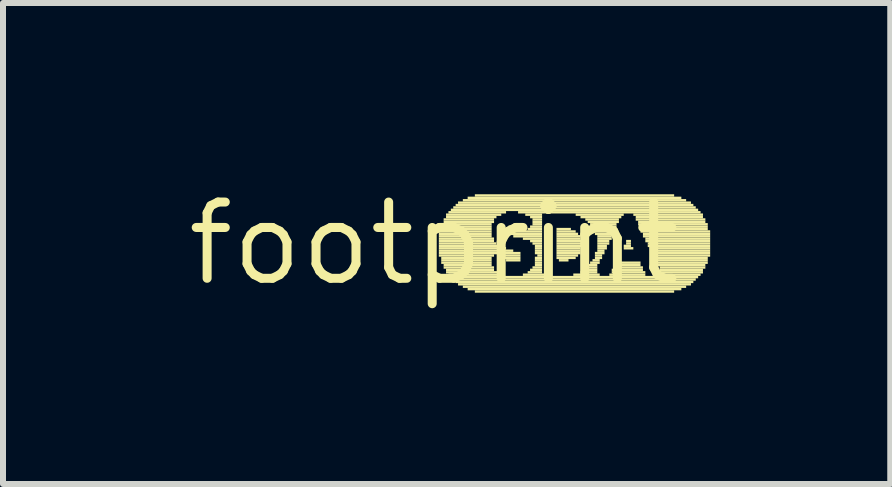
<source format=kicad_pcb>
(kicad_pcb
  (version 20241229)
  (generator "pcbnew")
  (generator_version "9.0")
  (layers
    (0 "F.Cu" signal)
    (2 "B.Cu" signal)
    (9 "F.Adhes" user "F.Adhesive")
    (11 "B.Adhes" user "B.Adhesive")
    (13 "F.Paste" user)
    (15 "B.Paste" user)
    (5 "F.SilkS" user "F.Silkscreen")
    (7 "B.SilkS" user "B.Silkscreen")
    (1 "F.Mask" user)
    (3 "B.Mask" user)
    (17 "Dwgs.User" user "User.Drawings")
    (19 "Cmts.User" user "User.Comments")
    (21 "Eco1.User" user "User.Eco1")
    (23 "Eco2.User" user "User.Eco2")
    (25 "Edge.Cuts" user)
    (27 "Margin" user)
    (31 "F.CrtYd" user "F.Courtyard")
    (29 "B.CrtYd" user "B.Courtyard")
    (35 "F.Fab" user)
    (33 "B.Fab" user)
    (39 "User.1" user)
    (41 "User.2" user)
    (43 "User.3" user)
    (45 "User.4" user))
  (footprint "footprint"
    (layer "F.Cu")
    (at 4.18 1.006)
    (property "Reference" "footprint" (at 0 0 0) (layer "F.SilkS") (effects (font (size 1.27 1.27) (thickness 0.15))))
    (fp_poly (pts (xy 0.08 -0.18) (xy 0.96 -0.18) (xy 0.96 -0.22) (xy 0.08 -0.22)) (stroke (width 0) (type solid)) (fill yes) (layer "F.SilkS"))
    (fp_poly (pts (xy 0.08 -0.14) (xy 0.96 -0.14) (xy 0.96 -0.18) (xy 0.08 -0.18)) (stroke (width 0) (type solid)) (fill yes) (layer "F.SilkS"))
    (fp_poly (pts (xy 0.08 -0.1) (xy 0.96 -0.1) (xy 0.96 -0.14) (xy 0.08 -0.14)) (stroke (width 0) (type solid)) (fill yes) (layer "F.SilkS"))
    (fp_poly (pts (xy 0.08 -0.06) (xy 1 -0.06) (xy 1 -0.1) (xy 0.08 -0.1)) (stroke (width 0) (type solid)) (fill yes) (layer "F.SilkS"))
    (fp_poly (pts (xy 0.08 -0.02) (xy 1 -0.02) (xy 1 -0.06) (xy 0.08 -0.06)) (stroke (width 0) (type solid)) (fill yes) (layer "F.SilkS"))
    (fp_poly (pts (xy 0.08 0.02) (xy 1.04 0.02) (xy 1.04 -0.02) (xy 0.08 -0.02)) (stroke (width 0) (type solid)) (fill yes) (layer "F.SilkS"))
    (fp_poly (pts (xy 0.08 0.06) (xy 1.08 0.06) (xy 1.08 0.02) (xy 0.08 0.02)) (stroke (width 0) (type solid)) (fill yes) (layer "F.SilkS"))
    (fp_poly (pts (xy 0.08 0.1) (xy 1.2 0.1) (xy 1.2 0.06) (xy 0.08 0.06)) (stroke (width 0) (type solid)) (fill yes) (layer "F.SilkS"))
    (fp_poly (pts (xy 0.08 0.14) (xy 1.32 0.14) (xy 1.32 0.1) (xy 0.08 0.1)) (stroke (width 0) (type solid)) (fill yes) (layer "F.SilkS"))
    (fp_poly (pts (xy 0.08 0.18) (xy 1.44 0.18) (xy 1.44 0.14) (xy 0.08 0.14)) (stroke (width 0) (type solid)) (fill yes) (layer "F.SilkS"))
    (fp_poly (pts (xy 0.08 0.22) (xy 1 0.22) (xy 1 0.18) (xy 0.08 0.18)) (stroke (width 0) (type solid)) (fill yes) (layer "F.SilkS"))
    (fp_poly (pts (xy 0.12 -0.3) (xy 0.96 -0.3) (xy 0.96 -0.34) (xy 0.12 -0.34)) (stroke (width 0) (type solid)) (fill yes) (layer "F.SilkS"))
    (fp_poly (pts (xy 0.12 -0.26) (xy 0.96 -0.26) (xy 0.96 -0.3) (xy 0.12 -0.3)) (stroke (width 0) (type solid)) (fill yes) (layer "F.SilkS"))
    (fp_poly (pts (xy 0.12 -0.22) (xy 0.96 -0.22) (xy 0.96 -0.26) (xy 0.12 -0.26)) (stroke (width 0) (type solid)) (fill yes) (layer "F.SilkS"))
    (fp_poly (pts (xy 0.12 0.26) (xy 0.96 0.26) (xy 0.96 0.22) (xy 0.12 0.22)) (stroke (width 0) (type solid)) (fill yes) (layer "F.SilkS"))
    (fp_poly (pts (xy 0.12 0.3) (xy 0.96 0.3) (xy 0.96 0.26) (xy 0.12 0.26)) (stroke (width 0) (type solid)) (fill yes) (layer "F.SilkS"))
    (fp_poly (pts (xy 0.12 0.34) (xy 0.96 0.34) (xy 0.96 0.3) (xy 0.12 0.3)) (stroke (width 0) (type solid)) (fill yes) (layer "F.SilkS"))
    (fp_poly (pts (xy 0.16 -0.38) (xy 1 -0.38) (xy 1 -0.42) (xy 0.16 -0.42)) (stroke (width 0) (type solid)) (fill yes) (layer "F.SilkS"))
    (fp_poly (pts (xy 0.16 -0.34) (xy 1 -0.34) (xy 1 -0.38) (xy 0.16 -0.38)) (stroke (width 0) (type solid)) (fill yes) (layer "F.SilkS"))
    (fp_poly (pts (xy 0.16 0.38) (xy 0.96 0.38) (xy 0.96 0.34) (xy 0.16 0.34)) (stroke (width 0) (type solid)) (fill yes) (layer "F.SilkS"))
    (fp_poly (pts (xy 0.16 0.42) (xy 1 0.42) (xy 1 0.38) (xy 0.16 0.38)) (stroke (width 0) (type solid)) (fill yes) (layer "F.SilkS"))
    (fp_poly (pts (xy 0.2 -0.46) (xy 1.12 -0.46) (xy 1.12 -0.5) (xy 0.2 -0.5)) (stroke (width 0) (type solid)) (fill yes) (layer "F.SilkS"))
    (fp_poly (pts (xy 0.2 -0.42) (xy 1.04 -0.42) (xy 1.04 -0.46) (xy 0.2 -0.46)) (stroke (width 0) (type solid)) (fill yes) (layer "F.SilkS"))
    (fp_poly (pts (xy 0.2 0.46) (xy 1 0.46) (xy 1 0.42) (xy 0.2 0.42)) (stroke (width 0) (type solid)) (fill yes) (layer "F.SilkS"))
    (fp_poly (pts (xy 0.2 0.5) (xy 1.08 0.5) (xy 1.08 0.46) (xy 0.2 0.46)) (stroke (width 0) (type solid)) (fill yes) (layer "F.SilkS"))
    (fp_poly (pts (xy 0.24 -0.5) (xy 1.2 -0.5) (xy 1.2 -0.54) (xy 0.24 -0.54)) (stroke (width 0) (type solid)) (fill yes) (layer "F.SilkS"))
    (fp_poly (pts (xy 0.24 0.54) (xy 1.16 0.54) (xy 1.16 0.5) (xy 0.24 0.5)) (stroke (width 0) (type solid)) (fill yes) (layer "F.SilkS"))
    (fp_poly (pts (xy 0.28 -0.54) (xy 4.4 -0.54) (xy 4.4 -0.58) (xy 0.28 -0.58)) (stroke (width 0) (type solid)) (fill yes) (layer "F.SilkS"))
    (fp_poly (pts (xy 0.28 0.58) (xy 4.4 0.58) (xy 4.4 0.54) (xy 0.28 0.54)) (stroke (width 0) (type solid)) (fill yes) (layer "F.SilkS"))
    (fp_poly (pts (xy 0.32 -0.58) (xy 4.36 -0.58) (xy 4.36 -0.62) (xy 0.32 -0.62)) (stroke (width 0) (type solid)) (fill yes) (layer "F.SilkS"))
    (fp_poly (pts (xy 0.32 0.62) (xy 4.36 0.62) (xy 4.36 0.58) (xy 0.32 0.58)) (stroke (width 0) (type solid)) (fill yes) (layer "F.SilkS"))
    (fp_poly (pts (xy 0.36 -0.62) (xy 4.32 -0.62) (xy 4.32 -0.66) (xy 0.36 -0.66)) (stroke (width 0) (type solid)) (fill yes) (layer "F.SilkS"))
    (fp_poly (pts (xy 0.36 0.66) (xy 4.32 0.66) (xy 4.32 0.62) (xy 0.36 0.62)) (stroke (width 0) (type solid)) (fill yes) (layer "F.SilkS"))
    (fp_poly (pts (xy 0.4 -0.66) (xy 4.28 -0.66) (xy 4.28 -0.7) (xy 0.4 -0.7)) (stroke (width 0) (type solid)) (fill yes) (layer "F.SilkS"))
    (fp_poly (pts (xy 0.4 0.7) (xy 4.28 0.7) (xy 4.28 0.66) (xy 0.4 0.66)) (stroke (width 0) (type solid)) (fill yes) (layer "F.SilkS"))
    (fp_poly (pts (xy 0.48 -0.7) (xy 4.2 -0.7) (xy 4.2 -0.74) (xy 0.48 -0.74)) (stroke (width 0) (type solid)) (fill yes) (layer "F.SilkS"))
    (fp_poly (pts (xy 0.48 0.74) (xy 4.2 0.74) (xy 4.2 0.7) (xy 0.48 0.7)) (stroke (width 0) (type solid)) (fill yes) (layer "F.SilkS"))
    (fp_poly (pts (xy 0.56 -0.74) (xy 4.12 -0.74) (xy 4.12 -0.78) (xy 0.56 -0.78)) (stroke (width 0) (type solid)) (fill yes) (layer "F.SilkS"))
    (fp_poly (pts (xy 0.56 0.78) (xy 4.12 0.78) (xy 4.12 0.74) (xy 0.56 0.74)) (stroke (width 0) (type solid)) (fill yes) (layer "F.SilkS"))
    (fp_poly (pts (xy 0.68 -0.78) (xy 4 -0.78) (xy 4 -0.82) (xy 0.68 -0.82)) (stroke (width 0) (type solid)) (fill yes) (layer "F.SilkS"))
    (fp_poly (pts (xy 0.68 0.82) (xy 4 0.82) (xy 4 0.78) (xy 0.68 0.78)) (stroke (width 0) (type solid)) (fill yes) (layer "F.SilkS"))
    (fp_poly (pts (xy 1.12 0.22) (xy 1.44 0.22) (xy 1.44 0.18) (xy 1.12 0.18)) (stroke (width 0) (type solid)) (fill yes) (layer "F.SilkS"))
    (fp_poly (pts (xy 1.16 0.26) (xy 1.44 0.26) (xy 1.44 0.22) (xy 1.16 0.22)) (stroke (width 0) (type solid)) (fill yes) (layer "F.SilkS"))
    (fp_poly (pts (xy 1.2 -0.22) (xy 1.44 -0.22) (xy 1.44 -0.26) (xy 1.2 -0.26)) (stroke (width 0) (type solid)) (fill yes) (layer "F.SilkS"))
    (fp_poly (pts (xy 1.2 -0.18) (xy 1.8 -0.18) (xy 1.8 -0.22) (xy 1.2 -0.22)) (stroke (width 0) (type solid)) (fill yes) (layer "F.SilkS"))
    (fp_poly (pts (xy 1.2 0.3) (xy 1.44 0.3) (xy 1.44 0.26) (xy 1.2 0.26)) (stroke (width 0) (type solid)) (fill yes) (layer "F.SilkS"))
    (fp_poly (pts (xy 1.24 -0.26) (xy 1.4 -0.26) (xy 1.4 -0.3) (xy 1.24 -0.3)) (stroke (width 0) (type solid)) (fill yes) (layer "F.SilkS"))
    (fp_poly (pts (xy 1.24 -0.14) (xy 1.8 -0.14) (xy 1.8 -0.18) (xy 1.24 -0.18)) (stroke (width 0) (type solid)) (fill yes) (layer "F.SilkS"))
    (fp_poly (pts (xy 1.32 -0.1) (xy 1.8 -0.1) (xy 1.8 -0.14) (xy 1.32 -0.14)) (stroke (width 0) (type solid)) (fill yes) (layer "F.SilkS"))
    (fp_poly (pts (xy 1.4 -0.5) (xy 4.44 -0.5) (xy 4.44 -0.54) (xy 1.4 -0.54)) (stroke (width 0) (type solid)) (fill yes) (layer "F.SilkS"))
    (fp_poly (pts (xy 1.48 -0.06) (xy 1.8 -0.06) (xy 1.8 -0.1) (xy 1.48 -0.1)) (stroke (width 0) (type solid)) (fill yes) (layer "F.SilkS"))
    (fp_poly (pts (xy 1.48 0.54) (xy 1.84 0.54) (xy 1.84 0.5) (xy 1.48 0.5)) (stroke (width 0) (type solid)) (fill yes) (layer "F.SilkS"))
    (fp_poly (pts (xy 1.52 -0.46) (xy 1.8 -0.46) (xy 1.8 -0.5) (xy 1.52 -0.5)) (stroke (width 0) (type solid)) (fill yes) (layer "F.SilkS"))
    (fp_poly (pts (xy 1.56 -0.22) (xy 1.8 -0.22) (xy 1.8 -0.26) (xy 1.56 -0.26)) (stroke (width 0) (type solid)) (fill yes) (layer "F.SilkS"))
    (fp_poly (pts (xy 1.56 0.5) (xy 1.8 0.5) (xy 1.8 0.46) (xy 1.56 0.46)) (stroke (width 0) (type solid)) (fill yes) (layer "F.SilkS"))
    (fp_poly (pts (xy 1.6 -0.42) (xy 1.8 -0.42) (xy 1.8 -0.46) (xy 1.6 -0.46)) (stroke (width 0) (type solid)) (fill yes) (layer "F.SilkS"))
    (fp_poly (pts (xy 1.6 -0.26) (xy 1.8 -0.26) (xy 1.8 -0.3) (xy 1.6 -0.3)) (stroke (width 0) (type solid)) (fill yes) (layer "F.SilkS"))
    (fp_poly (pts (xy 1.6 -0.02) (xy 1.8 -0.02) (xy 1.8 -0.06) (xy 1.6 -0.06)) (stroke (width 0) (type solid)) (fill yes) (layer "F.SilkS"))
    (fp_poly (pts (xy 1.6 0.46) (xy 1.8 0.46) (xy 1.8 0.42) (xy 1.6 0.42)) (stroke (width 0) (type solid)) (fill yes) (layer "F.SilkS"))
    (fp_poly (pts (xy 1.64 -0.38) (xy 1.8 -0.38) (xy 1.8 -0.42) (xy 1.64 -0.42)) (stroke (width 0) (type solid)) (fill yes) (layer "F.SilkS"))
    (fp_poly (pts (xy 1.64 -0.34) (xy 1.8 -0.34) (xy 1.8 -0.38) (xy 1.64 -0.38)) (stroke (width 0) (type solid)) (fill yes) (layer "F.SilkS"))
    (fp_poly (pts (xy 1.64 -0.3) (xy 1.8 -0.3) (xy 1.8 -0.34) (xy 1.64 -0.34)) (stroke (width 0) (type solid)) (fill yes) (layer "F.SilkS"))
    (fp_poly (pts (xy 1.64 0.02) (xy 1.8 0.02) (xy 1.8 -0.02) (xy 1.64 -0.02)) (stroke (width 0) (type solid)) (fill yes) (layer "F.SilkS"))
    (fp_poly (pts (xy 1.64 0.42) (xy 1.8 0.42) (xy 1.8 0.38) (xy 1.64 0.38)) (stroke (width 0) (type solid)) (fill yes) (layer "F.SilkS"))
    (fp_poly (pts (xy 1.68 0.06) (xy 1.8 0.06) (xy 1.8 0.02) (xy 1.68 0.02)) (stroke (width 0) (type solid)) (fill yes) (layer "F.SilkS"))
    (fp_poly (pts (xy 1.68 0.1) (xy 1.8 0.1) (xy 1.8 0.06) (xy 1.68 0.06)) (stroke (width 0) (type solid)) (fill yes) (layer "F.SilkS"))
    (fp_poly (pts (xy 1.68 0.14) (xy 1.8 0.14) (xy 1.8 0.1) (xy 1.68 0.1)) (stroke (width 0) (type solid)) (fill yes) (layer "F.SilkS"))
    (fp_poly (pts (xy 1.68 0.18) (xy 1.8 0.18) (xy 1.8 0.14) (xy 1.68 0.14)) (stroke (width 0) (type solid)) (fill yes) (layer "F.SilkS"))
    (fp_poly (pts (xy 1.68 0.26) (xy 1.8 0.26) (xy 1.8 0.22) (xy 1.68 0.22)) (stroke (width 0) (type solid)) (fill yes) (layer "F.SilkS"))
    (fp_poly (pts (xy 1.68 0.3) (xy 1.8 0.3) (xy 1.8 0.26) (xy 1.68 0.26)) (stroke (width 0) (type solid)) (fill yes) (layer "F.SilkS"))
    (fp_poly (pts (xy 1.68 0.34) (xy 1.8 0.34) (xy 1.8 0.3) (xy 1.68 0.3)) (stroke (width 0) (type solid)) (fill yes) (layer "F.SilkS"))
    (fp_poly (pts (xy 1.68 0.38) (xy 1.8 0.38) (xy 1.8 0.34) (xy 1.68 0.34)) (stroke (width 0) (type solid)) (fill yes) (layer "F.SilkS"))
    (fp_poly (pts (xy 1.72 0.22) (xy 1.8 0.22) (xy 1.8 0.18) (xy 1.72 0.18)) (stroke (width 0) (type solid)) (fill yes) (layer "F.SilkS"))
    (fp_poly (pts (xy 2.04 -0.22) (xy 2.28 -0.22) (xy 2.28 -0.26) (xy 2.04 -0.26)) (stroke (width 0) (type solid)) (fill yes) (layer "F.SilkS"))
    (fp_poly (pts (xy 2.04 -0.18) (xy 2.36 -0.18) (xy 2.36 -0.22) (xy 2.04 -0.22)) (stroke (width 0) (type solid)) (fill yes) (layer "F.SilkS"))
    (fp_poly (pts (xy 2.04 -0.14) (xy 2.4 -0.14) (xy 2.4 -0.18) (xy 2.04 -0.18)) (stroke (width 0) (type solid)) (fill yes) (layer "F.SilkS"))
    (fp_poly (pts (xy 2.04 -0.1) (xy 2.44 -0.1) (xy 2.44 -0.14) (xy 2.04 -0.14)) (stroke (width 0) (type solid)) (fill yes) (layer "F.SilkS"))
    (fp_poly (pts (xy 2.04 -0.06) (xy 2.44 -0.06) (xy 2.44 -0.1) (xy 2.04 -0.1)) (stroke (width 0) (type solid)) (fill yes) (layer "F.SilkS"))
    (fp_poly (pts (xy 2.04 -0.02) (xy 2.48 -0.02) (xy 2.48 -0.06) (xy 2.04 -0.06)) (stroke (width 0) (type solid)) (fill yes) (layer "F.SilkS"))
    (fp_poly (pts (xy 2.04 0.02) (xy 2.48 0.02) (xy 2.48 -0.02) (xy 2.04 -0.02)) (stroke (width 0) (type solid)) (fill yes) (layer "F.SilkS"))
    (fp_poly (pts (xy 2.04 0.06) (xy 2.48 0.06) (xy 2.48 0.02) (xy 2.04 0.02)) (stroke (width 0) (type solid)) (fill yes) (layer "F.SilkS"))
    (fp_poly (pts (xy 2.04 0.1) (xy 2.44 0.1) (xy 2.44 0.06) (xy 2.04 0.06)) (stroke (width 0) (type solid)) (fill yes) (layer "F.SilkS"))
    (fp_poly (pts (xy 2.04 0.14) (xy 2.44 0.14) (xy 2.44 0.1) (xy 2.04 0.1)) (stroke (width 0) (type solid)) (fill yes) (layer "F.SilkS"))
    (fp_poly (pts (xy 2.04 0.18) (xy 2.44 0.18) (xy 2.44 0.14) (xy 2.04 0.14)) (stroke (width 0) (type solid)) (fill yes) (layer "F.SilkS"))
    (fp_poly (pts (xy 2.04 0.22) (xy 2.4 0.22) (xy 2.4 0.18) (xy 2.04 0.18)) (stroke (width 0) (type solid)) (fill yes) (layer "F.SilkS"))
    (fp_poly (pts (xy 2.04 0.26) (xy 2.36 0.26) (xy 2.36 0.22) (xy 2.04 0.22)) (stroke (width 0) (type solid)) (fill yes) (layer "F.SilkS"))
    (fp_poly (pts (xy 2.08 0.3) (xy 2.24 0.3) (xy 2.24 0.26) (xy 2.08 0.26)) (stroke (width 0) (type solid)) (fill yes) (layer "F.SilkS"))
    (fp_poly (pts (xy 2.32 0.54) (xy 2.76 0.54) (xy 2.76 0.5) (xy 2.32 0.5)) (stroke (width 0) (type solid)) (fill yes) (layer "F.SilkS"))
    (fp_poly (pts (xy 2.36 -0.46) (xy 3.16 -0.46) (xy 3.16 -0.5) (xy 2.36 -0.5)) (stroke (width 0) (type solid)) (fill yes) (layer "F.SilkS"))
    (fp_poly (pts (xy 2.44 -0.42) (xy 3.12 -0.42) (xy 3.12 -0.46) (xy 2.44 -0.46)) (stroke (width 0) (type solid)) (fill yes) (layer "F.SilkS"))
    (fp_poly (pts (xy 2.44 0.5) (xy 2.72 0.5) (xy 2.72 0.46) (xy 2.44 0.46)) (stroke (width 0) (type solid)) (fill yes) (layer "F.SilkS"))
    (fp_poly (pts (xy 2.48 0.46) (xy 2.72 0.46) (xy 2.72 0.42) (xy 2.48 0.42)) (stroke (width 0) (type solid)) (fill yes) (layer "F.SilkS"))
    (fp_poly (pts (xy 2.52 -0.38) (xy 3.08 -0.38) (xy 3.08 -0.42) (xy 2.52 -0.42)) (stroke (width 0) (type solid)) (fill yes) (layer "F.SilkS"))
    (fp_poly (pts (xy 2.56 -0.34) (xy 3.08 -0.34) (xy 3.08 -0.38) (xy 2.56 -0.38)) (stroke (width 0) (type solid)) (fill yes) (layer "F.SilkS"))
    (fp_poly (pts (xy 2.56 0.38) (xy 2.72 0.38) (xy 2.72 0.34) (xy 2.56 0.34)) (stroke (width 0) (type solid)) (fill yes) (layer "F.SilkS"))
    (fp_poly (pts (xy 2.56 0.42) (xy 2.72 0.42) (xy 2.72 0.38) (xy 2.56 0.38)) (stroke (width 0) (type solid)) (fill yes) (layer "F.SilkS"))
    (fp_poly (pts (xy 2.6 -0.3) (xy 3.04 -0.3) (xy 3.04 -0.34) (xy 2.6 -0.34)) (stroke (width 0) (type solid)) (fill yes) (layer "F.SilkS"))
    (fp_poly (pts (xy 2.6 0.34) (xy 2.76 0.34) (xy 2.76 0.3) (xy 2.6 0.3)) (stroke (width 0) (type solid)) (fill yes) (layer "F.SilkS"))
    (fp_poly (pts (xy 2.64 -0.26) (xy 3.04 -0.26) (xy 3.04 -0.3) (xy 2.64 -0.3)) (stroke (width 0) (type solid)) (fill yes) (layer "F.SilkS"))
    (fp_poly (pts (xy 2.64 -0.22) (xy 3.04 -0.22) (xy 3.04 -0.26) (xy 2.64 -0.26)) (stroke (width 0) (type solid)) (fill yes) (layer "F.SilkS"))
    (fp_poly (pts (xy 2.64 0.3) (xy 2.76 0.3) (xy 2.76 0.26) (xy 2.64 0.26)) (stroke (width 0) (type solid)) (fill yes) (layer "F.SilkS"))
    (fp_poly (pts (xy 2.68 -0.18) (xy 3 -0.18) (xy 3 -0.22) (xy 2.68 -0.22)) (stroke (width 0) (type solid)) (fill yes) (layer "F.SilkS"))
    (fp_poly (pts (xy 2.68 -0.14) (xy 3 -0.14) (xy 3 -0.18) (xy 2.68 -0.18)) (stroke (width 0) (type solid)) (fill yes) (layer "F.SilkS"))
    (fp_poly (pts (xy 2.68 0.18) (xy 2.84 0.18) (xy 2.84 0.14) (xy 2.68 0.14)) (stroke (width 0) (type solid)) (fill yes) (layer "F.SilkS"))
    (fp_poly (pts (xy 2.68 0.22) (xy 2.8 0.22) (xy 2.8 0.18) (xy 2.68 0.18)) (stroke (width 0) (type solid)) (fill yes) (layer "F.SilkS"))
    (fp_poly (pts (xy 2.68 0.26) (xy 2.8 0.26) (xy 2.8 0.22) (xy 2.68 0.22)) (stroke (width 0) (type solid)) (fill yes) (layer "F.SilkS"))
    (fp_poly (pts (xy 2.72 -0.1) (xy 2.96 -0.1) (xy 2.96 -0.14) (xy 2.72 -0.14)) (stroke (width 0) (type solid)) (fill yes) (layer "F.SilkS"))
    (fp_poly (pts (xy 2.72 -0.06) (xy 2.96 -0.06) (xy 2.96 -0.1) (xy 2.72 -0.1)) (stroke (width 0) (type solid)) (fill yes) (layer "F.SilkS"))
    (fp_poly (pts (xy 2.72 -0.02) (xy 2.92 -0.02) (xy 2.92 -0.06) (xy 2.72 -0.06)) (stroke (width 0) (type solid)) (fill yes) (layer "F.SilkS"))
    (fp_poly (pts (xy 2.72 0.02) (xy 2.92 0.02) (xy 2.92 -0.02) (xy 2.72 -0.02)) (stroke (width 0) (type solid)) (fill yes) (layer "F.SilkS"))
    (fp_poly (pts (xy 2.72 0.06) (xy 2.88 0.06) (xy 2.88 0.02) (xy 2.72 0.02)) (stroke (width 0) (type solid)) (fill yes) (layer "F.SilkS"))
    (fp_poly (pts (xy 2.72 0.1) (xy 2.88 0.1) (xy 2.88 0.06) (xy 2.72 0.06)) (stroke (width 0) (type solid)) (fill yes) (layer "F.SilkS"))
    (fp_poly (pts (xy 2.72 0.14) (xy 2.84 0.14) (xy 2.84 0.1) (xy 2.72 0.1)) (stroke (width 0) (type solid)) (fill yes) (layer "F.SilkS"))
    (fp_poly (pts (xy 2.92 0.54) (xy 3.52 0.54) (xy 3.52 0.5) (xy 2.92 0.5)) (stroke (width 0) (type solid)) (fill yes) (layer "F.SilkS"))
    (fp_poly (pts (xy 2.96 0.46) (xy 3.48 0.46) (xy 3.48 0.42) (xy 2.96 0.42)) (stroke (width 0) (type solid)) (fill yes) (layer "F.SilkS"))
    (fp_poly (pts (xy 2.96 0.5) (xy 3.52 0.5) (xy 3.52 0.46) (xy 2.96 0.46)) (stroke (width 0) (type solid)) (fill yes) (layer "F.SilkS"))
    (fp_poly (pts (xy 3 0.38) (xy 3.44 0.38) (xy 3.44 0.34) (xy 3 0.34)) (stroke (width 0) (type solid)) (fill yes) (layer "F.SilkS"))
    (fp_poly (pts (xy 3 0.42) (xy 3.48 0.42) (xy 3.48 0.38) (xy 3 0.38)) (stroke (width 0) (type solid)) (fill yes) (layer "F.SilkS"))
    (fp_poly (pts (xy 3.04 0.34) (xy 3.44 0.34) (xy 3.44 0.3) (xy 3.04 0.3)) (stroke (width 0) (type solid)) (fill yes) (layer "F.SilkS"))
    (fp_poly (pts (xy 3.16 0.06) (xy 3.28 0.06) (xy 3.28 0.02) (xy 3.16 0.02)) (stroke (width 0) (type solid)) (fill yes) (layer "F.SilkS"))
    (fp_poly (pts (xy 3.16 0.1) (xy 3.32 0.1) (xy 3.32 0.06) (xy 3.16 0.06)) (stroke (width 0) (type solid)) (fill yes) (layer "F.SilkS"))
    (fp_poly (pts (xy 3.2 -0.02) (xy 3.28 -0.02) (xy 3.28 -0.06) (xy 3.2 -0.06)) (stroke (width 0) (type solid)) (fill yes) (layer "F.SilkS"))
    (fp_poly (pts (xy 3.2 0.02) (xy 3.28 0.02) (xy 3.28 -0.02) (xy 3.2 -0.02)) (stroke (width 0) (type solid)) (fill yes) (layer "F.SilkS"))
    (fp_poly (pts (xy 3.32 -0.46) (xy 4.48 -0.46) (xy 4.48 -0.5) (xy 3.32 -0.5)) (stroke (width 0) (type solid)) (fill yes) (layer "F.SilkS"))
    (fp_poly (pts (xy 3.36 -0.42) (xy 4.48 -0.42) (xy 4.48 -0.46) (xy 3.36 -0.46)) (stroke (width 0) (type solid)) (fill yes) (layer "F.SilkS"))
    (fp_poly (pts (xy 3.36 -0.38) (xy 4.52 -0.38) (xy 4.52 -0.42) (xy 3.36 -0.42)) (stroke (width 0) (type solid)) (fill yes) (layer "F.SilkS"))
    (fp_poly (pts (xy 3.4 -0.34) (xy 4.52 -0.34) (xy 4.52 -0.38) (xy 3.4 -0.38)) (stroke (width 0) (type solid)) (fill yes) (layer "F.SilkS"))
    (fp_poly (pts (xy 3.4 -0.3) (xy 4.56 -0.3) (xy 4.56 -0.34) (xy 3.4 -0.34)) (stroke (width 0) (type solid)) (fill yes) (layer "F.SilkS"))
    (fp_poly (pts (xy 3.44 -0.26) (xy 4.56 -0.26) (xy 4.56 -0.3) (xy 3.44 -0.3)) (stroke (width 0) (type solid)) (fill yes) (layer "F.SilkS"))
    (fp_poly (pts (xy 3.44 -0.22) (xy 4.56 -0.22) (xy 4.56 -0.26) (xy 3.44 -0.26)) (stroke (width 0) (type solid)) (fill yes) (layer "F.SilkS"))
    (fp_poly (pts (xy 3.44 -0.18) (xy 4.6 -0.18) (xy 4.6 -0.22) (xy 3.44 -0.22)) (stroke (width 0) (type solid)) (fill yes) (layer "F.SilkS"))
    (fp_poly (pts (xy 3.48 -0.14) (xy 4.6 -0.14) (xy 4.6 -0.18) (xy 3.48 -0.18)) (stroke (width 0) (type solid)) (fill yes) (layer "F.SilkS"))
    (fp_poly (pts (xy 3.48 -0.1) (xy 4.6 -0.1) (xy 4.6 -0.14) (xy 3.48 -0.14)) (stroke (width 0) (type solid)) (fill yes) (layer "F.SilkS"))
    (fp_poly (pts (xy 3.52 -0.06) (xy 4.6 -0.06) (xy 4.6 -0.1) (xy 3.52 -0.1)) (stroke (width 0) (type solid)) (fill yes) (layer "F.SilkS"))
    (fp_poly (pts (xy 3.52 -0.02) (xy 4.6 -0.02) (xy 4.6 -0.06) (xy 3.52 -0.06)) (stroke (width 0) (type solid)) (fill yes) (layer "F.SilkS"))
    (fp_poly (pts (xy 3.56 0.02) (xy 4.6 0.02) (xy 4.6 -0.02) (xy 3.56 -0.02)) (stroke (width 0) (type solid)) (fill yes) (layer "F.SilkS"))
    (fp_poly (pts (xy 3.56 0.06) (xy 4.6 0.06) (xy 4.6 0.02) (xy 3.56 0.02)) (stroke (width 0) (type solid)) (fill yes) (layer "F.SilkS"))
    (fp_poly (pts (xy 3.6 0.1) (xy 4.6 0.1) (xy 4.6 0.06) (xy 3.6 0.06)) (stroke (width 0) (type solid)) (fill yes) (layer "F.SilkS"))
    (fp_poly (pts (xy 3.6 0.14) (xy 4.6 0.14) (xy 4.6 0.1) (xy 3.6 0.1)) (stroke (width 0) (type solid)) (fill yes) (layer "F.SilkS"))
    (fp_poly (pts (xy 3.64 0.18) (xy 4.6 0.18) (xy 4.6 0.14) (xy 3.64 0.14)) (stroke (width 0) (type solid)) (fill yes) (layer "F.SilkS"))
    (fp_poly (pts (xy 3.64 0.22) (xy 4.6 0.22) (xy 4.6 0.18) (xy 3.64 0.18)) (stroke (width 0) (type solid)) (fill yes) (layer "F.SilkS"))
    (fp_poly (pts (xy 3.68 0.26) (xy 4.56 0.26) (xy 4.56 0.22) (xy 3.68 0.22)) (stroke (width 0) (type solid)) (fill yes) (layer "F.SilkS"))
    (fp_poly (pts (xy 3.68 0.3) (xy 4.56 0.3) (xy 4.56 0.26) (xy 3.68 0.26)) (stroke (width 0) (type solid)) (fill yes) (layer "F.SilkS"))
    (fp_poly (pts (xy 3.68 0.54) (xy 4.44 0.54) (xy 4.44 0.5) (xy 3.68 0.5)) (stroke (width 0) (type solid)) (fill yes) (layer "F.SilkS"))
    (fp_poly (pts (xy 3.72 0.34) (xy 4.56 0.34) (xy 4.56 0.3) (xy 3.72 0.3)) (stroke (width 0) (type solid)) (fill yes) (layer "F.SilkS"))
    (fp_poly (pts (xy 3.72 0.38) (xy 4.52 0.38) (xy 4.52 0.34) (xy 3.72 0.34)) (stroke (width 0) (type solid)) (fill yes) (layer "F.SilkS"))
    (fp_poly (pts (xy 3.76 0.42) (xy 4.52 0.42) (xy 4.52 0.38) (xy 3.76 0.38)) (stroke (width 0) (type solid)) (fill yes) (layer "F.SilkS"))
    (fp_poly (pts (xy 3.76 0.46) (xy 4.48 0.46) (xy 4.48 0.42) (xy 3.76 0.42)) (stroke (width 0) (type solid)) (fill yes) (layer "F.SilkS"))
    (fp_poly (pts (xy 3.76 0.5) (xy 4.48 0.5) (xy 4.48 0.46) (xy 3.76 0.46)) (stroke (width 0) (type solid)) (fill yes) (layer "F.SilkS")))
  (gr_rect
    (start -3 -3)
    (end 11.78 5.012)
    (stroke (width 0.1) (type default))
    (fill no)
    (layer "Edge.Cuts")))
</source>
